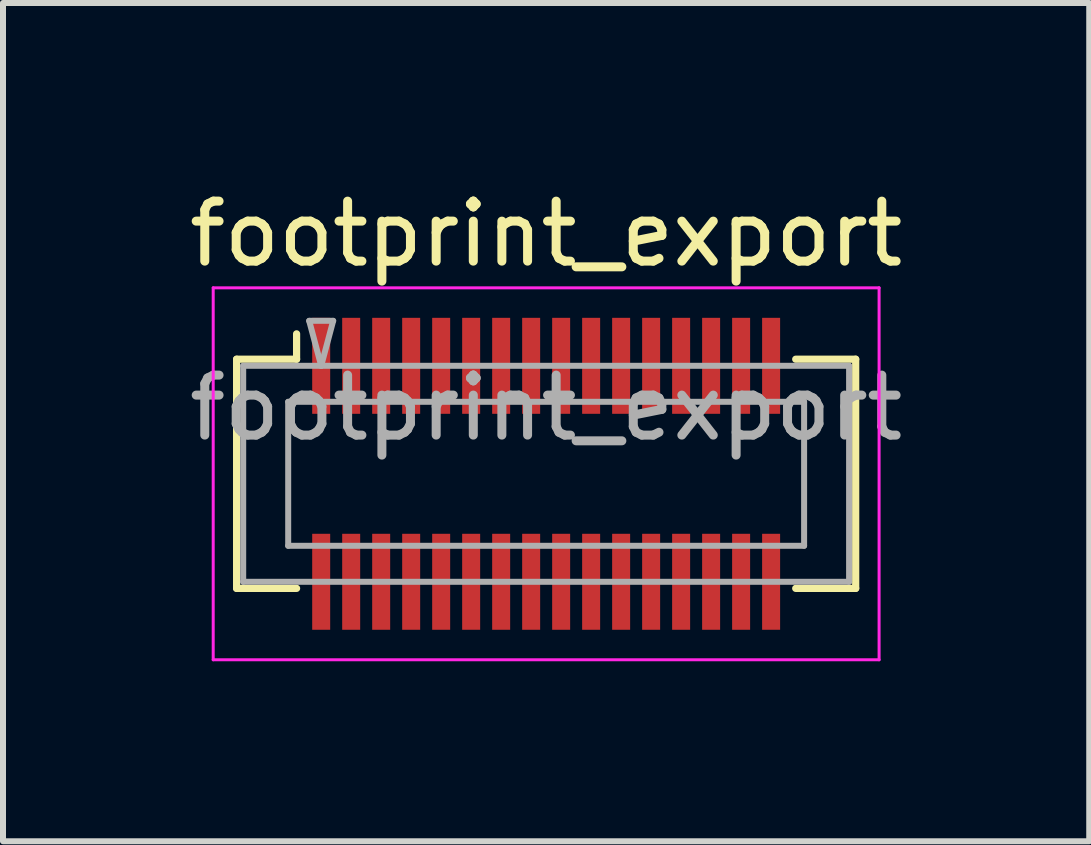
<source format=kicad_pcb>
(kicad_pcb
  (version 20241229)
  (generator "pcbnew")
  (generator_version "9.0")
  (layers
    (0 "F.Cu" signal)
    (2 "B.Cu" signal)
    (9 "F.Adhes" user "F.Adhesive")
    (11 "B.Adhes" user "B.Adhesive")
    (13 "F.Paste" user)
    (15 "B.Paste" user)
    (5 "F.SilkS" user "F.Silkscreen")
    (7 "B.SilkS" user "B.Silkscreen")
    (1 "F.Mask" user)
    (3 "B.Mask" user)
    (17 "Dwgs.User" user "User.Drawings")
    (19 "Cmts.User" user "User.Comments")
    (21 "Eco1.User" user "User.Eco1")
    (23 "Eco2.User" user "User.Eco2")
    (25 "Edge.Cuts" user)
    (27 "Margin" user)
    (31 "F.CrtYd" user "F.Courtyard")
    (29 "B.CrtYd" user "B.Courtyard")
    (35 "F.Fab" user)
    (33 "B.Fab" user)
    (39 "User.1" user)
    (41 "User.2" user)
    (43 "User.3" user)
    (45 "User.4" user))
  (footprint "footprint_export"
    (layer "F.Cu")
    (at 6.054 4.848)
    (property "Reference" "footprint_export" (at 0 -4 0) (layer "F.SilkS") (effects (font (size 1 1) (thickness 0.15))))
    (attr smd)
    (fp_line (start -5.16 -1.91) (end -4.16 -1.91) (stroke (width 0.12) (type solid)) (layer "F.SilkS"))
    (fp_line (start -5.16 1.91) (end -5.16 -1.91) (stroke (width 0.12) (type solid)) (layer "F.SilkS"))
    (fp_line (start -4.16 -1.91) (end -4.16 -2.333) (stroke (width 0.12) (type solid)) (layer "F.SilkS"))
    (fp_line (start -4.16 1.91) (end -5.16 1.91) (stroke (width 0.12) (type solid)) (layer "F.SilkS"))
    (fp_line (start 4.16 1.91) (end 5.16 1.91) (stroke (width 0.12) (type solid)) (layer "F.SilkS"))
    (fp_line (start 5.16 -1.91) (end 4.16 -1.91) (stroke (width 0.12) (type solid)) (layer "F.SilkS"))
    (fp_line (start 5.16 1.91) (end 5.16 -1.91) (stroke (width 0.12) (type solid)) (layer "F.SilkS"))
    (fp_line (start -5.55 -3.1) (end -5.55 3.1) (stroke (width 0.05) (type solid)) (layer "F.CrtYd"))
    (fp_line (start -5.55 3.1) (end 5.55 3.1) (stroke (width 0.05) (type solid)) (layer "F.CrtYd"))
    (fp_line (start 5.55 -3.1) (end -5.55 -3.1) (stroke (width 0.05) (type solid)) (layer "F.CrtYd"))
    (fp_line (start 5.55 3.1) (end 5.55 -3.1) (stroke (width 0.05) (type solid)) (layer "F.CrtYd"))
    (fp_line (start -5.05 -1.8) (end 5.05 -1.8) (stroke (width 0.1) (type solid)) (layer "F.Fab"))
    (fp_line (start -5.05 1.8) (end -5.05 -1.8) (stroke (width 0.1) (type solid)) (layer "F.Fab"))
    (fp_line (start -4.3 -1.2) (end 4.3 -1.2) (stroke (width 0.1) (type solid)) (layer "F.Fab"))
    (fp_line (start -4.3 1.2) (end -4.3 -1.2) (stroke (width 0.1) (type solid)) (layer "F.Fab"))
    (fp_line (start -3.95 -2.55) (end -3.75 -1.8) (stroke (width 0.1) (type solid)) (layer "F.Fab"))
    (fp_line (start -3.75 -1.8) (end -3.55 -2.55) (stroke (width 0.1) (type solid)) (layer "F.Fab"))
    (fp_line (start -3.55 -2.55) (end -3.95 -2.55) (stroke (width 0.1) (type solid)) (layer "F.Fab"))
    (fp_line (start 4.3 -1.2) (end 4.3 1.2) (stroke (width 0.1) (type solid)) (layer "F.Fab"))
    (fp_line (start 4.3 1.2) (end -4.3 1.2) (stroke (width 0.1) (type solid)) (layer "F.Fab"))
    (fp_line (start 5.05 -1.8) (end 5.05 1.8) (stroke (width 0.1) (type solid)) (layer "F.Fab"))
    (fp_line (start 5.05 1.8) (end -5.05 1.8) (stroke (width 0.1) (type solid)) (layer "F.Fab"))
    (fp_text user "${REFERENCE}" (at 0 -1.1 0) (layer "F.Fab") (effects (font (size 1 1) (thickness 0.15))))
    (pad "" smd rect (at -3.75 -2) (size 0.28 1.2) (layers "F.Paste"))
    (pad "" smd rect (at -3.75 2) (size 0.28 1.2) (layers "F.Paste"))
    (pad "" smd rect (at -3.25 -2) (size 0.28 1.2) (layers "F.Paste"))
    (pad "" smd rect (at -3.25 2) (size 0.28 1.2) (layers "F.Paste"))
    (pad "" smd rect (at -2.75 -2) (size 0.28 1.2) (layers "F.Paste"))
    (pad "" smd rect (at -2.75 2) (size 0.28 1.2) (layers "F.Paste"))
    (pad "" smd rect (at -2.25 -2) (size 0.28 1.2) (layers "F.Paste"))
    (pad "" smd rect (at -2.25 2) (size 0.28 1.2) (layers "F.Paste"))
    (pad "" smd rect (at -1.75 -2) (size 0.28 1.2) (layers "F.Paste"))
    (pad "" smd rect (at -1.75 2) (size 0.28 1.2) (layers "F.Paste"))
    (pad "" smd rect (at -1.25 -2) (size 0.28 1.2) (layers "F.Paste"))
    (pad "" smd rect (at -1.25 2) (size 0.28 1.2) (layers "F.Paste"))
    (pad "" smd rect (at -0.75 -2) (size 0.28 1.2) (layers "F.Paste"))
    (pad "" smd rect (at -0.75 2) (size 0.28 1.2) (layers "F.Paste"))
    (pad "" smd rect (at -0.25 -2) (size 0.28 1.2) (layers "F.Paste"))
    (pad "" smd rect (at -0.25 2) (size 0.28 1.2) (layers "F.Paste"))
    (pad "" smd rect (at 0.25 -2) (size 0.28 1.2) (layers "F.Paste"))
    (pad "" smd rect (at 0.25 2) (size 0.28 1.2) (layers "F.Paste"))
    (pad "" smd rect (at 0.75 -2) (size 0.28 1.2) (layers "F.Paste"))
    (pad "" smd rect (at 0.75 2) (size 0.28 1.2) (layers "F.Paste"))
    (pad "" smd rect (at 1.25 -2) (size 0.28 1.2) (layers "F.Paste"))
    (pad "" smd rect (at 1.25 2) (size 0.28 1.2) (layers "F.Paste"))
    (pad "" smd rect (at 1.75 -2) (size 0.28 1.2) (layers "F.Paste"))
    (pad "" smd rect (at 1.75 2) (size 0.28 1.2) (layers "F.Paste"))
    (pad "" smd rect (at 2.25 -2) (size 0.28 1.2) (layers "F.Paste"))
    (pad "" smd rect (at 2.25 2) (size 0.28 1.2) (layers "F.Paste"))
    (pad "" smd rect (at 2.75 -2) (size 0.28 1.2) (layers "F.Paste"))
    (pad "" smd rect (at 2.75 2) (size 0.28 1.2) (layers "F.Paste"))
    (pad "" smd rect (at 3.25 -2) (size 0.28 1.2) (layers "F.Paste"))
    (pad "" smd rect (at 3.25 2) (size 0.28 1.2) (layers "F.Paste"))
    (pad "" smd rect (at 3.75 -2) (size 0.28 1.2) (layers "F.Paste"))
    (pad "" smd rect (at 3.75 2) (size 0.28 1.2) (layers "F.Paste"))
    (pad "1" smd rect (at -3.75 -1.8) (size 0.3 1.6) (layers "F.Cu" "F.Mask"))
    (pad "2" smd rect (at -3.25 -1.8) (size 0.3 1.6) (layers "F.Cu" "F.Mask"))
    (pad "3" smd rect (at -2.75 -1.8) (size 0.3 1.6) (layers "F.Cu" "F.Mask"))
    (pad "4" smd rect (at -2.25 -1.8) (size 0.3 1.6) (layers "F.Cu" "F.Mask"))
    (pad "5" smd rect (at -1.75 -1.8) (size 0.3 1.6) (layers "F.Cu" "F.Mask"))
    (pad "6" smd rect (at -1.25 -1.8) (size 0.3 1.6) (layers "F.Cu" "F.Mask"))
    (pad "7" smd rect (at -0.75 -1.8) (size 0.3 1.6) (layers "F.Cu" "F.Mask"))
    (pad "8" smd rect (at -0.25 -1.8) (size 0.3 1.6) (layers "F.Cu" "F.Mask"))
    (pad "9" smd rect (at 0.25 -1.8) (size 0.3 1.6) (layers "F.Cu" "F.Mask"))
    (pad "10" smd rect (at 0.75 -1.8) (size 0.3 1.6) (layers "F.Cu" "F.Mask"))
    (pad "11" smd rect (at 1.25 -1.8) (size 0.3 1.6) (layers "F.Cu" "F.Mask"))
    (pad "12" smd rect (at 1.75 -1.8) (size 0.3 1.6) (layers "F.Cu" "F.Mask"))
    (pad "13" smd rect (at 2.25 -1.8) (size 0.3 1.6) (layers "F.Cu" "F.Mask"))
    (pad "14" smd rect (at 2.75 -1.8) (size 0.3 1.6) (layers "F.Cu" "F.Mask"))
    (pad "15" smd rect (at 3.25 -1.8) (size 0.3 1.6) (layers "F.Cu" "F.Mask"))
    (pad "16" smd rect (at 3.75 -1.8) (size 0.3 1.6) (layers "F.Cu" "F.Mask"))
    (pad "17" smd rect (at -3.75 1.8) (size 0.3 1.6) (layers "F.Cu" "F.Mask"))
    (pad "18" smd rect (at -3.25 1.8) (size 0.3 1.6) (layers "F.Cu" "F.Mask"))
    (pad "19" smd rect (at -2.75 1.8) (size 0.3 1.6) (layers "F.Cu" "F.Mask"))
    (pad "20" smd rect (at -2.25 1.8) (size 0.3 1.6) (layers "F.Cu" "F.Mask"))
    (pad "21" smd rect (at -1.75 1.8) (size 0.3 1.6) (layers "F.Cu" "F.Mask"))
    (pad "22" smd rect (at -1.25 1.8) (size 0.3 1.6) (layers "F.Cu" "F.Mask"))
    (pad "23" smd rect (at -0.75 1.8) (size 0.3 1.6) (layers "F.Cu" "F.Mask"))
    (pad "24" smd rect (at -0.25 1.8) (size 0.3 1.6) (layers "F.Cu" "F.Mask"))
    (pad "25" smd rect (at 0.25 1.8) (size 0.3 1.6) (layers "F.Cu" "F.Mask"))
    (pad "26" smd rect (at 0.75 1.8) (size 0.3 1.6) (layers "F.Cu" "F.Mask"))
    (pad "27" smd rect (at 1.25 1.8) (size 0.3 1.6) (layers "F.Cu" "F.Mask"))
    (pad "28" smd rect (at 1.75 1.8) (size 0.3 1.6) (layers "F.Cu" "F.Mask"))
    (pad "29" smd rect (at 2.25 1.8) (size 0.3 1.6) (layers "F.Cu" "F.Mask"))
    (pad "30" smd rect (at 2.75 1.8) (size 0.3 1.6) (layers "F.Cu" "F.Mask"))
    (pad "31" smd rect (at 3.25 1.8) (size 0.3 1.6) (layers "F.Cu" "F.Mask"))
    (pad "32" smd rect (at 3.75 1.8) (size 0.3 1.6) (layers "F.Cu" "F.Mask")))
  (gr_rect
    (start -3 -3)
    (end 15.107 10.973)
    (stroke (width 0.1) (type default))
    (fill no)
    (layer "Edge.Cuts")))
</source>
